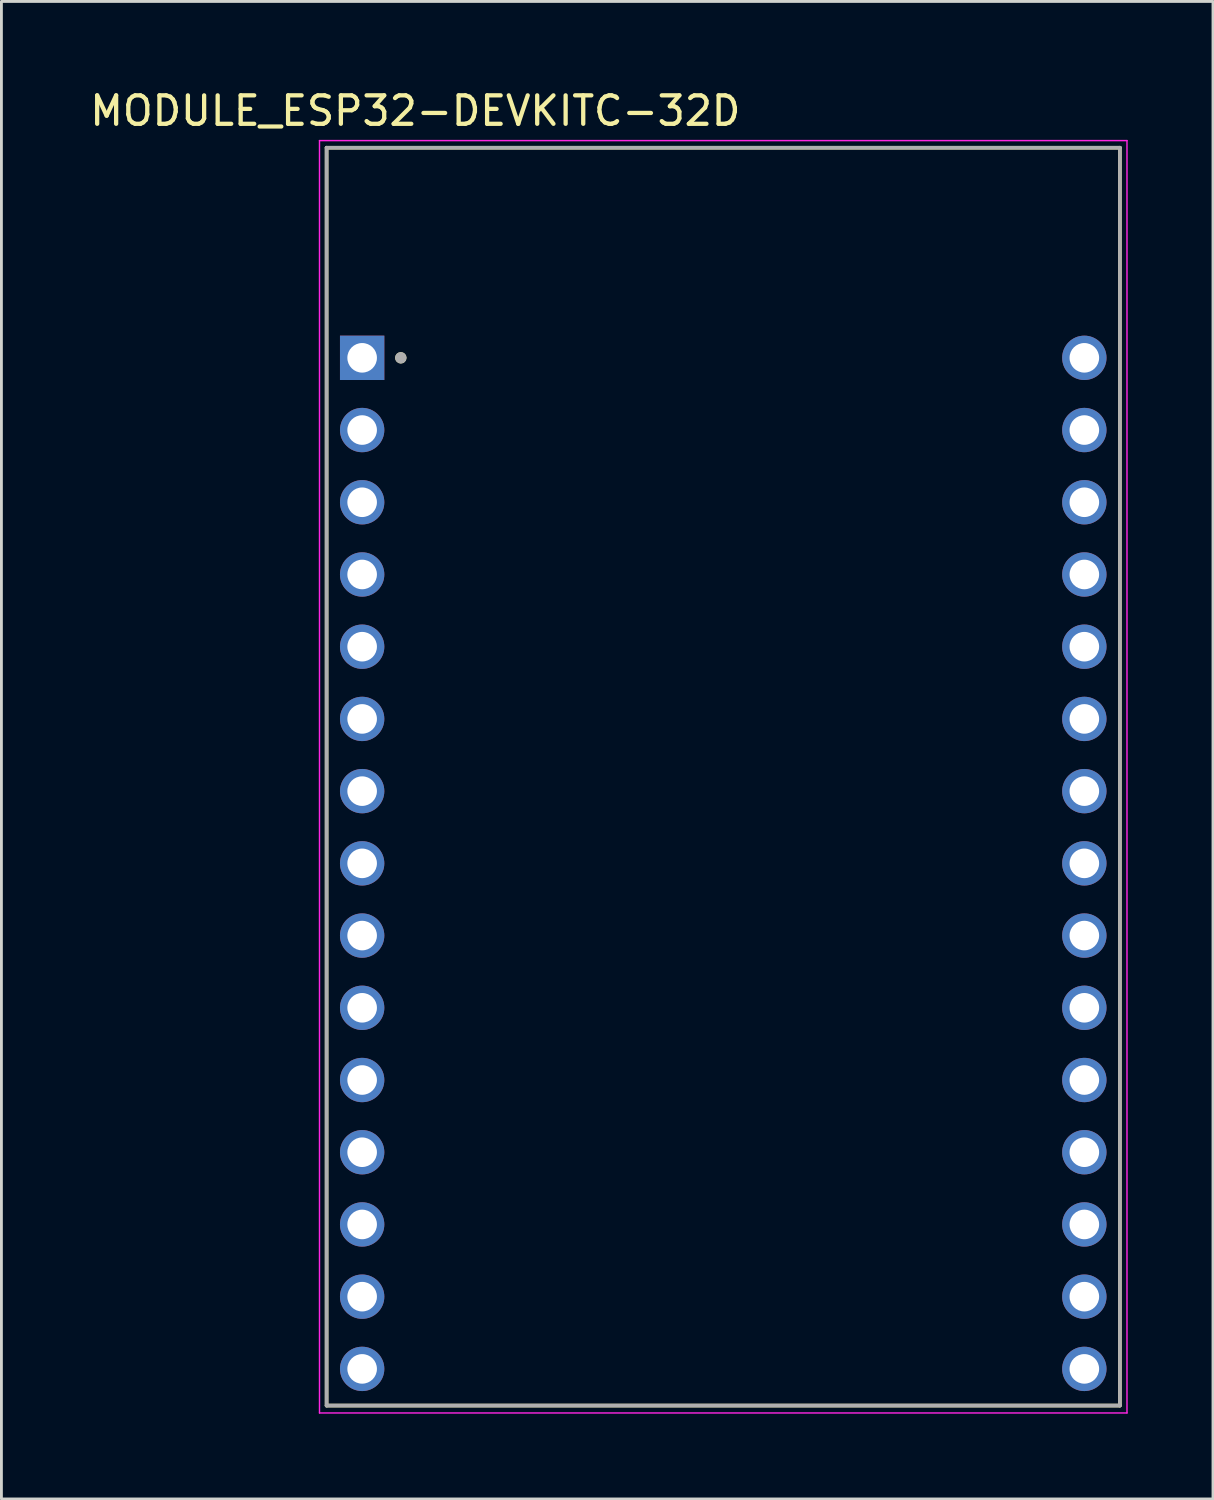
<source format=kicad_pcb>
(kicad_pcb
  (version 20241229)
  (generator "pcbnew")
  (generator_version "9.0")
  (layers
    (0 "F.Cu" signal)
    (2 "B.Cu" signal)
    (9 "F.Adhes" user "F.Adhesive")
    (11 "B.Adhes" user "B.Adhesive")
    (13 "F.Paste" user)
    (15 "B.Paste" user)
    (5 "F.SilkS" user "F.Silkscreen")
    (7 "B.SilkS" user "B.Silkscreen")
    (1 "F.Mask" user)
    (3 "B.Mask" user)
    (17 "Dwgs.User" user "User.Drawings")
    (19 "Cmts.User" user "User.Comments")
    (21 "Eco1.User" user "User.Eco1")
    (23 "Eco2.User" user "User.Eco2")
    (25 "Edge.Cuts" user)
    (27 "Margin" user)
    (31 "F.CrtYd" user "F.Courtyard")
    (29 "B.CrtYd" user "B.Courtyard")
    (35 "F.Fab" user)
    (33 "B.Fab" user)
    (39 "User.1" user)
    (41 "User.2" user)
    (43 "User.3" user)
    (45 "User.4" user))
  (footprint "MODULE_ESP32-DEVKITC-32D"
    (layer "F.Cu")
    (at 22.387 29.295)
    (property "Reference" "MODULE_ESP32-DEVKITC-32D" (at -10.829 -28.446 0) (layer "F.SilkS") (effects (font (size 1 1) (thickness 0.15))))
    (attr through_hole)
    (fp_line (start -13.95 -27.15) (end 13.95 -27.15) (stroke (width 0.127) (type solid)) (layer "F.SilkS"))
    (fp_line (start -13.95 17.09) (end -13.95 -27.15) (stroke (width 0.127) (type solid)) (layer "F.SilkS"))
    (fp_line (start 13.95 -27.15) (end 13.95 17.09) (stroke (width 0.127) (type solid)) (layer "F.SilkS"))
    (fp_line (start 13.95 17.09) (end -13.95 17.09) (stroke (width 0.127) (type solid)) (layer "F.SilkS"))
    (fp_circle (center -11.34 -19.76) (end -11.24 -19.76) (stroke (width 0.2) (type solid)) (fill no) (layer "F.SilkS"))
    (fp_line (start -14.2 -27.4) (end 14.2 -27.4) (stroke (width 0.05) (type solid)) (layer "F.CrtYd"))
    (fp_line (start -14.2 17.35) (end -14.2 -27.4) (stroke (width 0.05) (type solid)) (layer "F.CrtYd"))
    (fp_line (start 14.2 -27.4) (end 14.2 17.35) (stroke (width 0.05) (type solid)) (layer "F.CrtYd"))
    (fp_line (start 14.2 17.35) (end -14.2 17.35) (stroke (width 0.05) (type solid)) (layer "F.CrtYd"))
    (fp_line (start -13.95 -27.15) (end 13.95 -27.15) (stroke (width 0.127) (type solid)) (layer "F.Fab"))
    (fp_line (start -13.95 17.09) (end -13.95 -27.15) (stroke (width 0.127) (type solid)) (layer "F.Fab"))
    (fp_line (start 13.95 -27.15) (end 13.95 17.09) (stroke (width 0.127) (type solid)) (layer "F.Fab"))
    (fp_line (start 13.95 17.09) (end -13.95 17.09) (stroke (width 0.127) (type solid)) (layer "F.Fab"))
    (fp_circle (center -11.34 -19.76) (end -11.24 -19.76) (stroke (width 0.2) (type solid)) (fill no) (layer "F.Fab"))
    (pad "J2-1" thru_hole rect (at -12.7 -19.76) (size 1.56 1.56) (drill 1.04) (layers "*.Cu" "*.Mask"))
    (pad "J2-2" thru_hole circle (at -12.7 -17.22) (size 1.56 1.56) (drill 1.04) (layers "*.Cu" "*.Mask"))
    (pad "J2-3" thru_hole circle (at -12.7 -14.68) (size 1.56 1.56) (drill 1.04) (layers "*.Cu" "*.Mask"))
    (pad "J2-4" thru_hole circle (at -12.7 -12.14) (size 1.56 1.56) (drill 1.04) (layers "*.Cu" "*.Mask"))
    (pad "J2-5" thru_hole circle (at -12.7 -9.6) (size 1.56 1.56) (drill 1.04) (layers "*.Cu" "*.Mask"))
    (pad "J2-6" thru_hole circle (at -12.7 -7.06) (size 1.56 1.56) (drill 1.04) (layers "*.Cu" "*.Mask"))
    (pad "J2-7" thru_hole circle (at -12.7 -4.52) (size 1.56 1.56) (drill 1.04) (layers "*.Cu" "*.Mask"))
    (pad "J2-8" thru_hole circle (at -12.7 -1.98) (size 1.56 1.56) (drill 1.04) (layers "*.Cu" "*.Mask"))
    (pad "J2-9" thru_hole circle (at -12.7 0.56) (size 1.56 1.56) (drill 1.04) (layers "*.Cu" "*.Mask"))
    (pad "J2-10" thru_hole circle (at -12.7 3.1) (size 1.56 1.56) (drill 1.04) (layers "*.Cu" "*.Mask"))
    (pad "J2-11" thru_hole circle (at -12.7 5.64) (size 1.56 1.56) (drill 1.04) (layers "*.Cu" "*.Mask"))
    (pad "J2-12" thru_hole circle (at -12.7 8.18) (size 1.56 1.56) (drill 1.04) (layers "*.Cu" "*.Mask"))
    (pad "J2-13" thru_hole circle (at -12.7 10.72) (size 1.56 1.56) (drill 1.04) (layers "*.Cu" "*.Mask"))
    (pad "J2-14" thru_hole circle (at -12.7 13.26) (size 1.56 1.56) (drill 1.04) (layers "*.Cu" "*.Mask"))
    (pad "J2-15" thru_hole circle (at -12.7 15.8) (size 1.56 1.56) (drill 1.04) (layers "*.Cu" "*.Mask"))
    (pad "J3-1" thru_hole circle (at 12.7 -19.76) (size 1.56 1.56) (drill 1.04) (layers "*.Cu" "*.Mask"))
    (pad "J3-2" thru_hole circle (at 12.7 -17.22) (size 1.56 1.56) (drill 1.04) (layers "*.Cu" "*.Mask"))
    (pad "J3-3" thru_hole circle (at 12.7 -14.68) (size 1.56 1.56) (drill 1.04) (layers "*.Cu" "*.Mask"))
    (pad "J3-4" thru_hole circle (at 12.7 -12.14) (size 1.56 1.56) (drill 1.04) (layers "*.Cu" "*.Mask"))
    (pad "J3-5" thru_hole circle (at 12.7 -9.6) (size 1.56 1.56) (drill 1.04) (layers "*.Cu" "*.Mask"))
    (pad "J3-6" thru_hole circle (at 12.7 -7.06) (size 1.56 1.56) (drill 1.04) (layers "*.Cu" "*.Mask"))
    (pad "J3-7" thru_hole circle (at 12.7 -4.52) (size 1.56 1.56) (drill 1.04) (layers "*.Cu" "*.Mask"))
    (pad "J3-8" thru_hole circle (at 12.7 -1.98) (size 1.56 1.56) (drill 1.04) (layers "*.Cu" "*.Mask"))
    (pad "J3-9" thru_hole circle (at 12.7 0.56) (size 1.56 1.56) (drill 1.04) (layers "*.Cu" "*.Mask"))
    (pad "J3-10" thru_hole circle (at 12.7 3.1) (size 1.56 1.56) (drill 1.04) (layers "*.Cu" "*.Mask"))
    (pad "J3-11" thru_hole circle (at 12.7 5.64) (size 1.56 1.56) (drill 1.04) (layers "*.Cu" "*.Mask"))
    (pad "J3-12" thru_hole circle (at 12.7 8.18) (size 1.56 1.56) (drill 1.04) (layers "*.Cu" "*.Mask"))
    (pad "J3-13" thru_hole circle (at 12.7 10.72) (size 1.56 1.56) (drill 1.04) (layers "*.Cu" "*.Mask"))
    (pad "J3-14" thru_hole circle (at 12.7 13.26) (size 1.56 1.56) (drill 1.04) (layers "*.Cu" "*.Mask"))
    (pad "J3-15" thru_hole circle (at 12.7 15.8) (size 1.56 1.56) (drill 1.04) (layers "*.Cu" "*.Mask")))
  (gr_rect
    (start -3 -3)
    (end 39.612 49.67)
    (stroke (width 0.1) (type default))
    (fill no)
    (layer "Edge.Cuts")))
</source>
